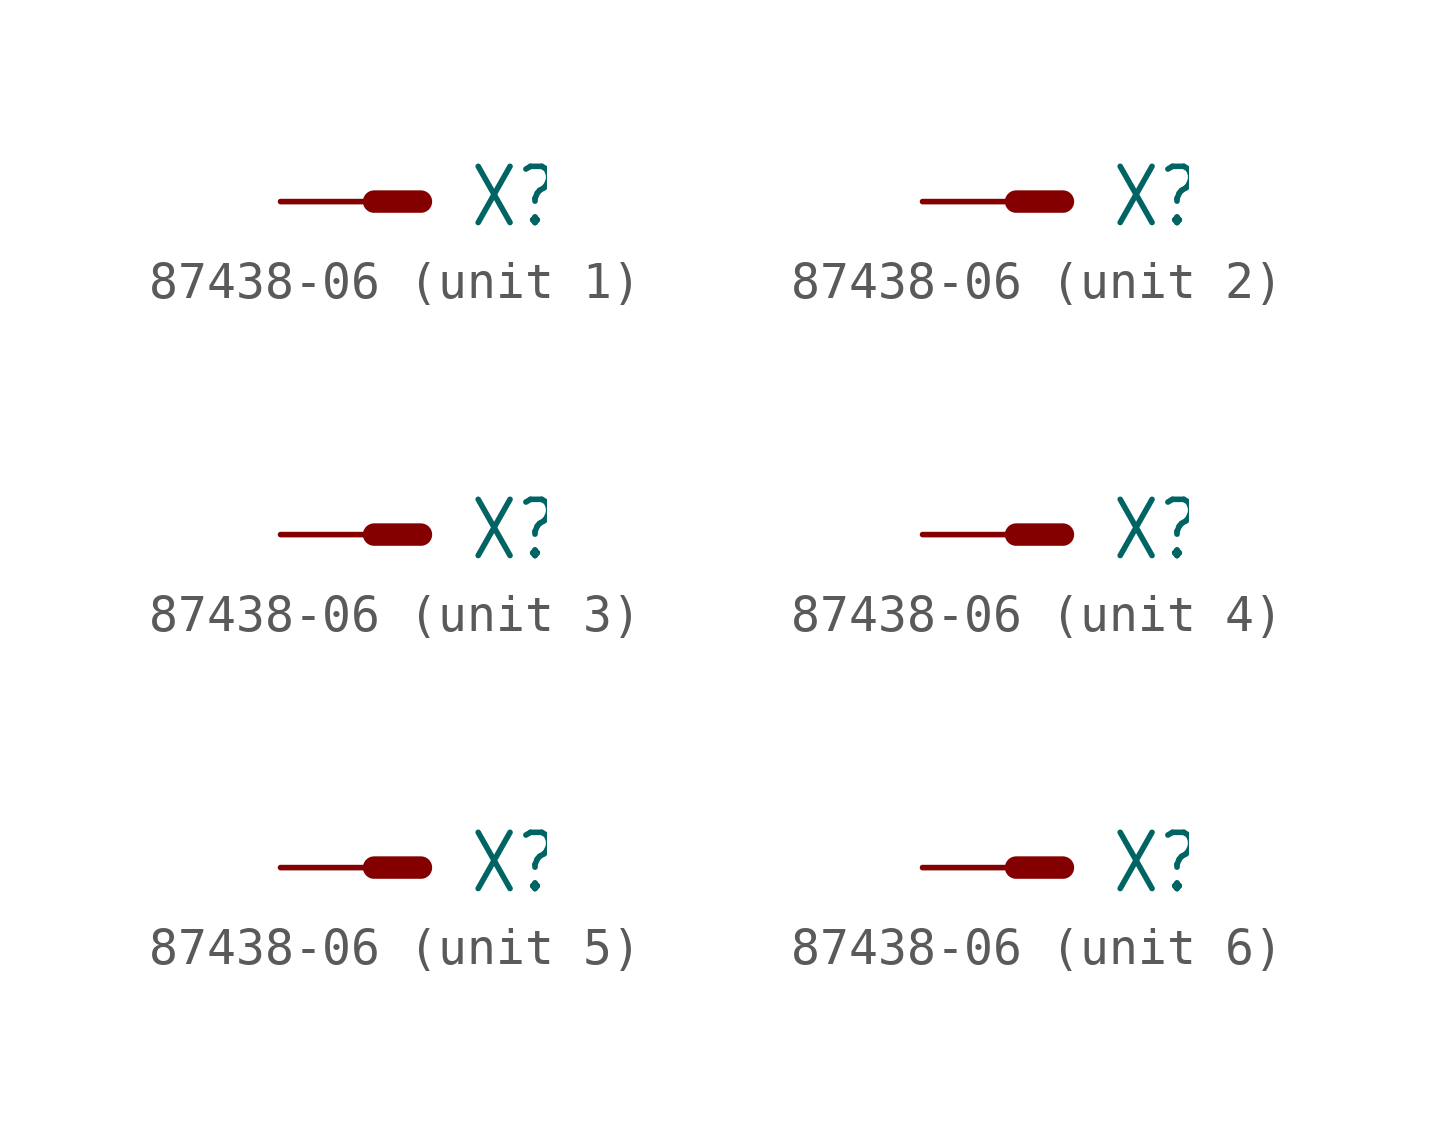
<source format=kicad_sym>
(kicad_symbol_lib
  (version 20231120)
  (generator "kicad_symbol_editor")
  (generator_version "8.0")
  (symbol "87438-06"
    (property "Reference" "X"
      (at 2.54 -0.762 0)
      (effects (font (size 1.524 1.295)) (justify left bottom)))
    (property "ki_locked" ""
      (at 0 0 0)
      (effects (font (size 1.27 1.27))))
    (symbol "87438-06_1_0"
      (polyline (pts (xy 1.27 0) (xy 0 0)) (stroke (width 0.61) (type solid)) (fill (type none)))
      (pin passive line (at -2.54 0 0) (length 2.54) (name "S" (effects (font (size 0 0)))) (number "1" (effects (font (size 0 0))))))
    (symbol "87438-06_2_0"
      (polyline (pts (xy 1.27 0) (xy 0 0)) (stroke (width 0.61) (type solid)) (fill (type none)))
      (pin passive line (at -2.54 0 0) (length 2.54) (name "S" (effects (font (size 0 0)))) (number "2" (effects (font (size 0 0))))))
    (symbol "87438-06_3_0"
      (polyline (pts (xy 1.27 0) (xy 0 0)) (stroke (width 0.61) (type solid)) (fill (type none)))
      (pin passive line (at -2.54 0 0) (length 2.54) (name "S" (effects (font (size 0 0)))) (number "3" (effects (font (size 0 0))))))
    (symbol "87438-06_4_0"
      (polyline (pts (xy 1.27 0) (xy 0 0)) (stroke (width 0.61) (type solid)) (fill (type none)))
      (pin passive line (at -2.54 0 0) (length 2.54) (name "S" (effects (font (size 0 0)))) (number "4" (effects (font (size 0 0))))))
    (symbol "87438-06_5_0"
      (polyline (pts (xy 1.27 0) (xy 0 0)) (stroke (width 0.61) (type solid)) (fill (type none)))
      (pin passive line (at -2.54 0 0) (length 2.54) (name "S" (effects (font (size 0 0)))) (number "5" (effects (font (size 0 0))))))
    (symbol "87438-06_6_0"
      (polyline (pts (xy 1.27 0) (xy 0 0)) (stroke (width 0.61) (type solid)) (fill (type none)))
      (pin passive line (at -2.54 0 0) (length 2.54) (name "S" (effects (font (size 0 0)))) (number "6" (effects (font (size 0 0))))))))
</source>
